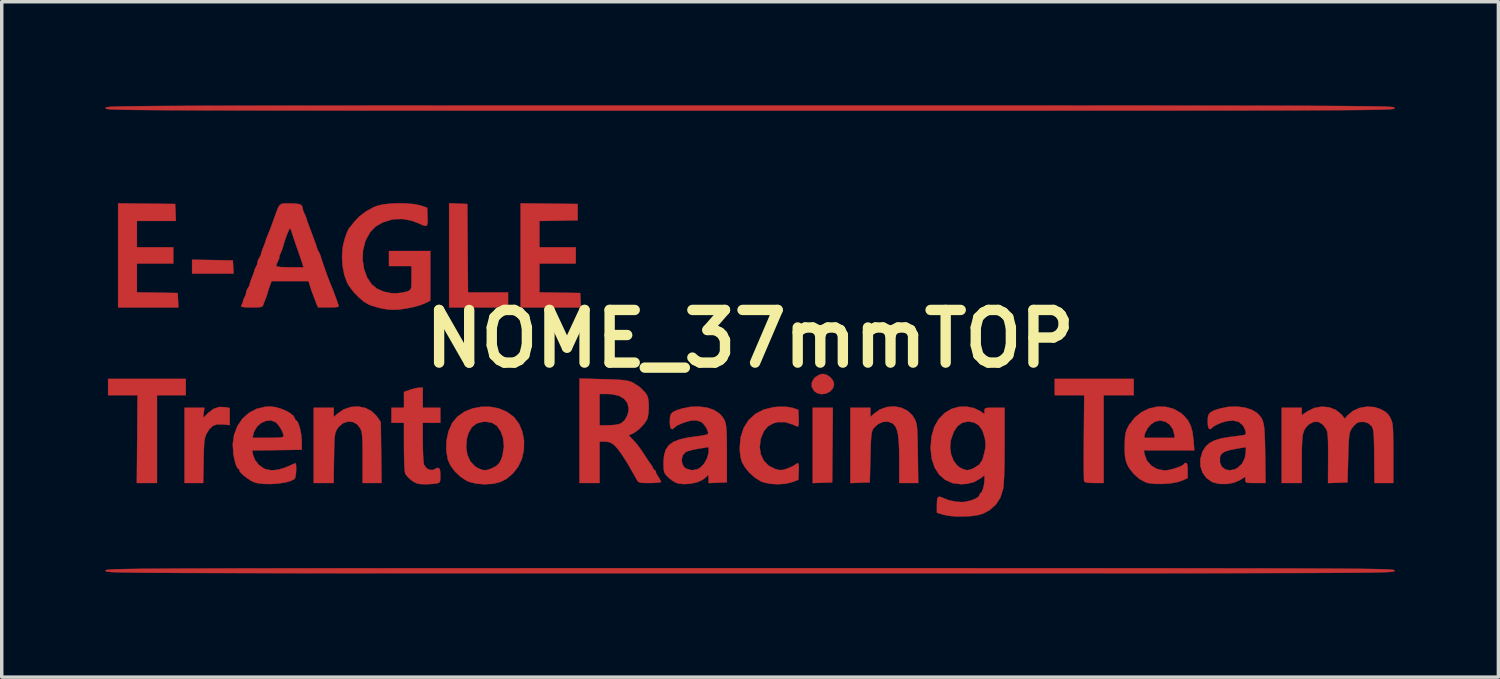
<source format=kicad_pcb>
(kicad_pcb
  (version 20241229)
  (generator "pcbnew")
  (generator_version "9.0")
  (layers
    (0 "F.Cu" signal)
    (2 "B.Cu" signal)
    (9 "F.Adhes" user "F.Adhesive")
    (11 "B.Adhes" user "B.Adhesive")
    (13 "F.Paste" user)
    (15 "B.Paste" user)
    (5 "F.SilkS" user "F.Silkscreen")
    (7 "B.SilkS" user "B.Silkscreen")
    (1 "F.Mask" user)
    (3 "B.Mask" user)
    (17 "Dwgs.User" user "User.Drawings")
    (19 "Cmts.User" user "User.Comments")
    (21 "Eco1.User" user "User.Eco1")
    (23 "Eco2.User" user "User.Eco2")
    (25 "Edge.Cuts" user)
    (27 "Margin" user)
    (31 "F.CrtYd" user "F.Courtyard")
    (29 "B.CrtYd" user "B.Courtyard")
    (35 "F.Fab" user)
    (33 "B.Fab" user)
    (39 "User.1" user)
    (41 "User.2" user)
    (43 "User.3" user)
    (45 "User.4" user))
  (footprint "NOME_37mmTOP"
    (layer "F.Cu")
    (at 18.656 6.754)
    (property "Reference" "NOME_37mmTOP" (at 0 0 0) (layer "F.SilkS") (effects (font (size 1.524 1.524) (thickness 0.3))))
    (attr through_hole)
    (fp_poly (pts (xy -15.557 -2.278) (xy -14.968 -2.268) (xy -14.946 -1.887) (xy -16.147 -1.887) (xy -16.147 -2.288) (xy -15.557 -2.278)) (stroke (width 0.01) (type solid)) (fill yes) (layer "F.Cu"))
    (fp_poly (pts (xy 2.386 3.075) (xy 2.377 4.155) (xy 2.095 4.165) (xy 1.814 4.176) (xy 1.814 1.996) (xy 2.396 1.996) (xy 2.386 3.075)) (stroke (width 0.01) (type solid)) (fill yes) (layer "F.Cu"))
    (fp_poly (pts (xy -8.445 -3.911) (xy -8.182 -3.901) (xy -8.173 -2.622) (xy -8.163 -1.343) (xy -7.003 -1.343) (xy -7.003 -0.907) (xy -8.709 -0.907) (xy -8.709 -3.922) (xy -8.445 -3.911)) (stroke (width 0.01) (type solid)) (fill yes) (layer "F.Cu"))
    (fp_poly (pts (xy -16.329 1.633) (xy -17.163 1.633) (xy -17.163 4.173) (xy -17.746 4.173) (xy -17.736 2.903) (xy -17.726 1.633) (xy -18.152 1.633) (xy -18.578 1.633) (xy -18.578 1.161) (xy -16.329 1.161) (xy -16.329 1.633)) (stroke (width 0.01) (type solid)) (fill yes) (layer "F.Cu"))
    (fp_poly (pts (xy -17.462 -3.91) (xy -16.637 -3.901) (xy -16.626 -3.656) (xy -16.616 -3.411) (xy -17.744 -3.411) (xy -17.744 -2.649) (xy -16.691 -2.649) (xy -16.691 -2.177) (xy -17.744 -2.177) (xy -17.744 -1.344) (xy -17.154 -1.334) (xy -16.564 -1.324) (xy -16.554 -1.116) (xy -16.543 -0.907) (xy -18.288 -0.907) (xy -18.288 -3.92) (xy -17.462 -3.91)) (stroke (width 0.01) (type solid)) (fill yes) (layer "F.Cu"))
    (fp_poly (pts (xy -5.815 -3.91) (xy -4.989 -3.901) (xy -4.989 -3.429) (xy -5.543 -3.419) (xy -6.096 -3.409) (xy -6.096 -2.649) (xy -5.044 -2.649) (xy -5.044 -2.177) (xy -6.096 -2.177) (xy -6.096 -1.344) (xy -5.506 -1.334) (xy -4.917 -1.324) (xy -4.906 -1.116) (xy -4.895 -0.907) (xy -6.64 -0.907) (xy -6.64 -3.92) (xy -5.815 -3.91)) (stroke (width 0.01) (type solid)) (fill yes) (layer "F.Cu"))
    (fp_poly (pts (xy 2.223 1.045) (xy 2.331 1.12) (xy 2.407 1.22) (xy 2.431 1.311) (xy 2.399 1.432) (xy 2.317 1.525) (xy 2.201 1.584) (xy 2.071 1.603) (xy 1.945 1.575) (xy 1.857 1.513) (xy 1.787 1.393) (xy 1.785 1.267) (xy 1.851 1.148) (xy 1.89 1.11) (xy 1.992 1.046) (xy 2.094 1.016) (xy 2.105 1.016) (xy 2.223 1.045)) (stroke (width 0.01) (type solid)) (fill yes) (layer "F.Cu"))
    (fp_poly (pts (xy 11.103 1.633) (xy 10.233 1.633) (xy 10.233 4.173) (xy 9.959 4.173) (xy 9.798 4.168) (xy 9.702 4.151) (xy 9.668 4.126) (xy 9.664 4.08) (xy 9.661 3.97) (xy 9.659 3.805) (xy 9.658 3.593) (xy 9.658 3.345) (xy 9.659 3.068) (xy 9.66 2.856) (xy 9.67 1.633) (xy 9.244 1.633) (xy 8.817 1.633) (xy 8.817 1.161) (xy 11.103 1.161) (xy 11.103 1.633)) (stroke (width 0.01) (type solid)) (fill yes) (layer "F.Cu"))
    (fp_poly (pts (xy -15.179 1.981) (xy -15.059 2.004) (xy -15.059 2.498) (xy -15.257 2.478) (xy -15.425 2.477) (xy -15.551 2.522) (xy -15.653 2.622) (xy -15.72 2.731) (xy -15.75 2.793) (xy -15.772 2.857) (xy -15.788 2.938) (xy -15.799 3.046) (xy -15.806 3.196) (xy -15.812 3.399) (xy -15.814 3.529) (xy -15.826 4.173) (xy -16.365 4.173) (xy -16.365 1.996) (xy -15.791 1.996) (xy -15.811 2.146) (xy -15.832 2.297) (xy -15.687 2.152) (xy -15.526 2.028) (xy -15.356 1.973) (xy -15.179 1.981)) (stroke (width 0.01) (type solid)) (fill yes) (layer "F.Cu"))
    (fp_poly (pts (xy -11.136 2) (xy -10.952 2.094) (xy -10.803 2.242) (xy -10.79 2.26) (xy -10.686 2.413) (xy -10.675 3.293) (xy -10.664 4.173) (xy -11.212 4.173) (xy -11.212 3.449) (xy -11.213 3.193) (xy -11.216 2.998) (xy -11.222 2.855) (xy -11.232 2.751) (xy -11.247 2.675) (xy -11.267 2.618) (xy -11.276 2.598) (xy -11.373 2.473) (xy -11.499 2.406) (xy -11.639 2.396) (xy -11.778 2.443) (xy -11.903 2.547) (xy -11.948 2.61) (xy -11.976 2.659) (xy -11.997 2.712) (xy -12.012 2.781) (xy -12.023 2.876) (xy -12.03 3.008) (xy -12.036 3.19) (xy -12.04 3.432) (xy -12.041 3.456) (xy -12.052 4.173) (xy -12.627 4.173) (xy -12.627 1.996) (xy -12.047 1.996) (xy -12.047 2.263) (xy -11.947 2.172) (xy -11.761 2.044) (xy -11.555 1.974) (xy -11.342 1.959) (xy -11.136 2)) (stroke (width 0.01) (type solid)) (fill yes) (layer "F.Cu"))
    (fp_poly (pts (xy 4.37 1.993) (xy 4.55 2.079) (xy 4.696 2.213) (xy 4.762 2.319) (xy 4.788 2.376) (xy 4.809 2.435) (xy 4.824 2.506) (xy 4.835 2.598) (xy 4.842 2.724) (xy 4.848 2.893) (xy 4.852 3.116) (xy 4.855 3.329) (xy 4.866 4.173) (xy 4.318 4.173) (xy 4.318 3.508) (xy 4.315 3.203) (xy 4.303 2.961) (xy 4.283 2.776) (xy 4.251 2.637) (xy 4.207 2.537) (xy 4.149 2.468) (xy 4.125 2.449) (xy 3.993 2.397) (xy 3.846 2.406) (xy 3.703 2.469) (xy 3.581 2.584) (xy 3.578 2.588) (xy 3.552 2.628) (xy 3.532 2.676) (xy 3.517 2.743) (xy 3.506 2.839) (xy 3.497 2.975) (xy 3.49 3.161) (xy 3.484 3.409) (xy 3.483 3.422) (xy 3.465 4.155) (xy 3.184 4.165) (xy 2.903 4.176) (xy 2.903 1.996) (xy 3.483 1.996) (xy 3.483 2.263) (xy 3.583 2.17) (xy 3.763 2.044) (xy 3.963 1.974) (xy 4.17 1.957) (xy 4.37 1.993)) (stroke (width 0.01) (type solid)) (fill yes) (layer "F.Cu"))
    (fp_poly (pts (xy -9.471 1.415) (xy -9.471 1.996) (xy -8.963 1.996) (xy -8.963 2.431) (xy -9.471 2.431) (xy -9.471 2.991) (xy -9.468 3.193) (xy -9.462 3.375) (xy -9.453 3.523) (xy -9.441 3.62) (xy -9.435 3.645) (xy -9.371 3.738) (xy -9.277 3.793) (xy -9.179 3.797) (xy -9.142 3.781) (xy -9.054 3.737) (xy -8.999 3.746) (xy -8.971 3.812) (xy -8.963 3.943) (xy -8.963 3.951) (xy -8.964 4.07) (xy -8.976 4.136) (xy -9.007 4.168) (xy -9.066 4.184) (xy -9.076 4.186) (xy -9.175 4.199) (xy -9.311 4.207) (xy -9.415 4.209) (xy -9.555 4.204) (xy -9.655 4.18) (xy -9.748 4.13) (xy -9.793 4.099) (xy -9.889 4.017) (xy -9.961 3.933) (xy -9.98 3.897) (xy -9.991 3.833) (xy -10.001 3.709) (xy -10.008 3.539) (xy -10.013 3.336) (xy -10.015 3.118) (xy -10.015 2.431) (xy -10.378 2.431) (xy -10.378 1.996) (xy -10.015 1.996) (xy -10.015 1.538) (xy -9.842 1.477) (xy -9.719 1.44) (xy -9.607 1.418) (xy -9.57 1.415) (xy -9.471 1.415)) (stroke (width 0.01) (type solid)) (fill yes) (layer "F.Cu"))
    (fp_poly (pts (xy 1.054 1.969) (xy 1.232 1.999) (xy 1.252 2.006) (xy 1.397 2.057) (xy 1.408 2.299) (xy 1.409 2.42) (xy 1.401 2.507) (xy 1.386 2.54) (xy 1.386 2.54) (xy 1.334 2.525) (xy 1.25 2.488) (xy 1.237 2.482) (xy 1.022 2.412) (xy 0.804 2.411) (xy 0.671 2.447) (xy 0.517 2.535) (xy 0.403 2.668) (xy 0.322 2.857) (xy 0.307 2.909) (xy 0.278 3.136) (xy 0.31 3.346) (xy 0.398 3.529) (xy 0.537 3.672) (xy 0.72 3.766) (xy 0.746 3.774) (xy 0.859 3.799) (xy 0.952 3.795) (xy 1.066 3.76) (xy 1.08 3.755) (xy 1.192 3.708) (xy 1.282 3.661) (xy 1.309 3.642) (xy 1.363 3.603) (xy 1.395 3.607) (xy 1.409 3.663) (xy 1.41 3.78) (xy 1.408 3.836) (xy 1.397 4.08) (xy 1.234 4.143) (xy 1.038 4.192) (xy 0.811 4.21) (xy 0.583 4.196) (xy 0.381 4.152) (xy 0.308 4.123) (xy 0.135 4.015) (xy -0.029 3.866) (xy -0.163 3.697) (xy -0.241 3.548) (xy -0.272 3.425) (xy -0.293 3.269) (xy -0.299 3.157) (xy -0.272 2.848) (xy -0.185 2.579) (xy -0.042 2.354) (xy 0.151 2.176) (xy 0.393 2.05) (xy 0.679 1.98) (xy 0.813 1.968) (xy 1.054 1.969)) (stroke (width 0.01) (type solid)) (fill yes) (layer "F.Cu"))
    (fp_poly (pts (xy -7.268 2.016) (xy -7.037 2.114) (xy -6.837 2.261) (xy -6.834 2.265) (xy -6.687 2.458) (xy -6.589 2.692) (xy -6.541 2.953) (xy -6.547 3.225) (xy -6.603 3.473) (xy -6.709 3.699) (xy -6.864 3.899) (xy -7.052 4.056) (xy -7.24 4.149) (xy -7.453 4.197) (xy -7.691 4.211) (xy -7.927 4.191) (xy -8.132 4.139) (xy -8.19 4.115) (xy -8.374 3.998) (xy -8.54 3.842) (xy -8.671 3.665) (xy -8.747 3.494) (xy -8.792 3.226) (xy -8.79 3.138) (xy -8.216 3.138) (xy -8.181 3.359) (xy -8.094 3.548) (xy -7.959 3.693) (xy -7.867 3.749) (xy -7.746 3.797) (xy -7.64 3.803) (xy -7.516 3.767) (xy -7.484 3.754) (xy -7.35 3.686) (xy -7.261 3.603) (xy -7.198 3.484) (xy -7.164 3.379) (xy -7.121 3.114) (xy -7.149 2.859) (xy -7.217 2.676) (xy -7.322 2.523) (xy -7.463 2.432) (xy -7.644 2.4) (xy -7.736 2.404) (xy -7.914 2.452) (xy -8.051 2.559) (xy -8.148 2.726) (xy -8.196 2.893) (xy -8.216 3.138) (xy -8.79 3.138) (xy -8.784 2.945) (xy -8.726 2.675) (xy -8.621 2.438) (xy -8.613 2.425) (xy -8.46 2.245) (xy -8.261 2.108) (xy -8.029 2.015) (xy -7.778 1.968) (xy -7.52 1.968) (xy -7.268 2.016)) (stroke (width 0.01) (type solid)) (fill yes) (layer "F.Cu"))
    (fp_poly (pts (xy 12.027 1.968) (xy 12.259 2.029) (xy 12.471 2.151) (xy 12.561 2.231) (xy 12.674 2.365) (xy 12.752 2.515) (xy 12.803 2.699) (xy 12.833 2.935) (xy 12.834 2.948) (xy 12.856 3.229) (xy 11.396 3.229) (xy 11.418 3.347) (xy 11.486 3.526) (xy 11.609 3.669) (xy 11.775 3.767) (xy 11.971 3.809) (xy 12.006 3.81) (xy 12.104 3.799) (xy 12.226 3.771) (xy 12.351 3.732) (xy 12.461 3.689) (xy 12.535 3.649) (xy 12.555 3.624) (xy 12.584 3.596) (xy 12.609 3.592) (xy 12.641 3.609) (xy 12.658 3.668) (xy 12.664 3.783) (xy 12.664 3.812) (xy 12.664 4.032) (xy 12.491 4.108) (xy 12.342 4.154) (xy 12.148 4.185) (xy 11.934 4.2) (xy 11.724 4.199) (xy 11.543 4.179) (xy 11.446 4.153) (xy 11.276 4.061) (xy 11.112 3.92) (xy 10.977 3.752) (xy 10.916 3.642) (xy 10.874 3.523) (xy 10.85 3.389) (xy 10.842 3.215) (xy 10.842 3.16) (xy 10.845 2.963) (xy 10.851 2.867) (xy 11.404 2.867) (xy 12.291 2.867) (xy 12.281 2.78) (xy 12.234 2.611) (xy 12.14 2.48) (xy 12.013 2.395) (xy 11.865 2.365) (xy 11.721 2.395) (xy 11.603 2.474) (xy 11.499 2.596) (xy 11.431 2.732) (xy 11.422 2.767) (xy 11.404 2.867) (xy 10.851 2.867) (xy 10.854 2.82) (xy 10.872 2.712) (xy 10.903 2.62) (xy 10.951 2.526) (xy 10.971 2.492) (xy 11.131 2.282) (xy 11.328 2.123) (xy 11.55 2.016) (xy 11.787 1.964) (xy 12.027 1.968)) (stroke (width 0.01) (type solid)) (fill yes) (layer "F.Cu"))
    (fp_poly (pts (xy -9.935 -3.916) (xy -9.717 -3.896) (xy -9.545 -3.86) (xy -9.525 -3.854) (xy -9.344 -3.792) (xy -9.333 -3.529) (xy -9.331 -3.379) (xy -9.346 -3.294) (xy -9.388 -3.265) (xy -9.467 -3.285) (xy -9.573 -3.335) (xy -9.805 -3.422) (xy -10.057 -3.466) (xy -10.3 -3.461) (xy -10.371 -3.448) (xy -10.632 -3.367) (xy -10.836 -3.249) (xy -10.994 -3.086) (xy -11.114 -2.869) (xy -11.139 -2.806) (xy -11.202 -2.553) (xy -11.212 -2.285) (xy -11.172 -2.021) (xy -11.085 -1.779) (xy -10.953 -1.578) (xy -10.952 -1.577) (xy -10.798 -1.451) (xy -10.598 -1.362) (xy -10.373 -1.317) (xy -10.214 -1.317) (xy -10.077 -1.334) (xy -9.955 -1.36) (xy -9.897 -1.38) (xy -9.85 -1.405) (xy -9.821 -1.436) (xy -9.805 -1.489) (xy -9.799 -1.581) (xy -9.797 -1.726) (xy -9.797 -1.766) (xy -9.797 -2.105) (xy -10.45 -2.105) (xy -10.45 -2.54) (xy -9.253 -2.54) (xy -9.253 -1.103) (xy -9.423 -1.02) (xy -9.572 -0.964) (xy -9.767 -0.912) (xy -9.981 -0.871) (xy -10.187 -0.845) (xy -10.341 -0.838) (xy -10.476 -0.849) (xy -10.632 -0.873) (xy -10.704 -0.888) (xy -10.848 -0.927) (xy -10.988 -0.973) (xy -11.045 -0.996) (xy -11.178 -1.077) (xy -11.327 -1.203) (xy -11.472 -1.354) (xy -11.594 -1.512) (xy -11.657 -1.618) (xy -11.739 -1.837) (xy -11.79 -2.098) (xy -11.808 -2.373) (xy -11.791 -2.623) (xy -11.761 -2.776) (xy -11.716 -2.935) (xy -11.664 -3.078) (xy -11.612 -3.186) (xy -11.578 -3.229) (xy -11.545 -3.267) (xy -11.487 -3.342) (xy -11.458 -3.38) (xy -11.308 -3.54) (xy -11.111 -3.688) (xy -10.894 -3.807) (xy -10.792 -3.847) (xy -10.625 -3.887) (xy -10.412 -3.911) (xy -10.174 -3.921) (xy -9.935 -3.916)) (stroke (width 0.01) (type solid)) (fill yes) (layer "F.Cu"))
    (fp_poly (pts (xy 18.07 1.977) (xy 18.234 2.031) (xy 18.367 2.102) (xy 18.454 2.173) (xy 18.517 2.265) (xy 18.551 2.333) (xy 18.572 2.386) (xy 18.587 2.451) (xy 18.599 2.539) (xy 18.607 2.658) (xy 18.611 2.82) (xy 18.614 3.034) (xy 18.615 3.31) (xy 18.615 3.321) (xy 18.615 4.173) (xy 18.07 4.173) (xy 18.064 3.529) (xy 18.062 3.249) (xy 18.058 3.033) (xy 18.053 2.87) (xy 18.047 2.751) (xy 18.037 2.666) (xy 18.024 2.607) (xy 18.007 2.562) (xy 17.984 2.524) (xy 17.983 2.523) (xy 17.894 2.445) (xy 17.768 2.405) (xy 17.636 2.409) (xy 17.566 2.435) (xy 17.487 2.501) (xy 17.411 2.596) (xy 17.401 2.613) (xy 17.375 2.664) (xy 17.355 2.724) (xy 17.34 2.804) (xy 17.329 2.916) (xy 17.32 3.07) (xy 17.313 3.278) (xy 17.308 3.447) (xy 17.29 4.155) (xy 16.726 4.176) (xy 16.729 3.452) (xy 16.729 3.191) (xy 16.727 2.993) (xy 16.721 2.847) (xy 16.711 2.742) (xy 16.696 2.67) (xy 16.676 2.618) (xy 16.676 2.618) (xy 16.575 2.48) (xy 16.454 2.408) (xy 16.322 2.402) (xy 16.189 2.465) (xy 16.129 2.519) (xy 16.077 2.58) (xy 16.037 2.645) (xy 16.008 2.724) (xy 15.988 2.827) (xy 15.976 2.967) (xy 15.969 3.152) (xy 15.966 3.393) (xy 15.966 3.547) (xy 15.966 4.173) (xy 15.385 4.173) (xy 15.385 1.996) (xy 15.966 1.996) (xy 15.966 2.211) (xy 16.136 2.096) (xy 16.333 2.001) (xy 16.545 1.964) (xy 16.755 1.983) (xy 16.948 2.057) (xy 17.107 2.183) (xy 17.131 2.211) (xy 17.212 2.313) (xy 17.293 2.217) (xy 17.446 2.087) (xy 17.64 2.001) (xy 17.855 1.963) (xy 18.07 1.977)) (stroke (width 0.01) (type solid)) (fill yes) (layer "F.Cu"))
    (fp_poly (pts (xy -13.748 1.976) (xy -13.589 2.019) (xy -13.436 2.081) (xy -13.305 2.155) (xy -13.212 2.232) (xy -13.172 2.305) (xy -13.172 2.312) (xy -13.152 2.355) (xy -13.14 2.359) (xy -13.101 2.392) (xy -13.06 2.48) (xy -13.022 2.606) (xy -12.993 2.753) (xy -12.976 2.902) (xy -12.974 2.957) (xy -12.972 3.211) (xy -13.69 3.221) (xy -14.408 3.231) (xy -14.383 3.364) (xy -14.324 3.512) (xy -14.215 3.649) (xy -14.077 3.75) (xy -14.016 3.777) (xy -13.852 3.806) (xy -13.667 3.791) (xy -13.451 3.728) (xy -13.195 3.616) (xy -13.163 3.6) (xy -13.145 3.621) (xy -13.136 3.692) (xy -13.135 3.792) (xy -13.142 3.899) (xy -13.156 3.992) (xy -13.176 4.05) (xy -13.181 4.056) (xy -13.291 4.113) (xy -13.454 4.158) (xy -13.651 4.189) (xy -13.862 4.203) (xy -14.069 4.2) (xy -14.252 4.178) (xy -14.353 4.151) (xy -14.443 4.107) (xy -14.545 4.04) (xy -14.645 3.963) (xy -14.726 3.888) (xy -14.775 3.827) (xy -14.779 3.796) (xy -14.783 3.775) (xy -14.794 3.774) (xy -14.838 3.738) (xy -14.883 3.636) (xy -14.926 3.472) (xy -14.95 3.349) (xy -14.97 3.052) (xy -14.944 2.867) (xy -14.398 2.867) (xy -13.948 2.867) (xy -13.758 2.865) (xy -13.628 2.861) (xy -13.55 2.851) (xy -13.51 2.836) (xy -13.498 2.813) (xy -13.498 2.811) (xy -13.521 2.718) (xy -13.578 2.602) (xy -13.653 2.491) (xy -13.729 2.414) (xy -13.735 2.409) (xy -13.866 2.362) (xy -14.01 2.375) (xy -14.148 2.437) (xy -14.267 2.541) (xy -14.35 2.678) (xy -14.37 2.742) (xy -14.398 2.867) (xy -14.944 2.867) (xy -14.931 2.777) (xy -14.837 2.529) (xy -14.694 2.317) (xy -14.507 2.147) (xy -14.283 2.028) (xy -14.026 1.967) (xy -13.897 1.96) (xy -13.748 1.976)) (stroke (width 0.01) (type solid)) (fill yes) (layer "F.Cu"))
    (fp_poly (pts (xy -4.254 1.169) (xy -4.004 1.176) (xy -3.814 1.185) (xy -3.673 1.196) (xy -3.567 1.211) (xy -3.486 1.23) (xy -3.417 1.256) (xy -3.41 1.259) (xy -3.206 1.385) (xy -3.032 1.559) (xy -2.985 1.624) (xy -2.952 1.716) (xy -2.934 1.855) (xy -2.931 2.015) (xy -2.943 2.172) (xy -2.969 2.301) (xy -2.987 2.346) (xy -3.08 2.481) (xy -3.207 2.612) (xy -3.343 2.714) (xy -3.398 2.743) (xy -3.513 2.792) (xy -3.362 2.95) (xy -3.263 3.065) (xy -3.154 3.211) (xy -3.068 3.341) (xy -2.992 3.46) (xy -2.926 3.559) (xy -2.883 3.617) (xy -2.88 3.62) (xy -2.831 3.693) (xy -2.812 3.738) (xy -2.777 3.796) (xy -2.749 3.81) (xy -2.726 3.824) (xy -2.73 3.831) (xy -2.725 3.871) (xy -2.686 3.946) (xy -2.664 3.981) (xy -2.61 4.068) (xy -2.579 4.13) (xy -2.576 4.142) (xy -2.61 4.155) (xy -2.7 4.166) (xy -2.83 4.172) (xy -2.901 4.173) (xy -3.057 4.172) (xy -3.156 4.165) (xy -3.215 4.15) (xy -3.251 4.122) (xy -3.273 4.087) (xy -3.335 3.976) (xy -3.408 3.846) (xy -3.481 3.719) (xy -3.541 3.615) (xy -3.575 3.56) (xy -3.71 3.35) (xy -3.82 3.197) (xy -3.915 3.091) (xy -4.002 3.024) (xy -4.093 2.988) (xy -4.195 2.976) (xy -4.225 2.975) (xy -4.354 2.975) (xy -4.354 4.173) (xy -4.935 4.173) (xy -4.935 1.597) (xy -4.354 1.597) (xy -4.354 2.504) (xy -4.098 2.504) (xy -3.911 2.493) (xy -3.769 2.462) (xy -3.733 2.447) (xy -3.634 2.361) (xy -3.556 2.231) (xy -3.515 2.083) (xy -3.512 2.026) (xy -3.548 1.863) (xy -3.644 1.737) (xy -3.797 1.649) (xy -4.004 1.603) (xy -4.137 1.597) (xy -4.354 1.597) (xy -4.935 1.597) (xy -4.935 1.151) (xy -4.254 1.169)) (stroke (width 0.01) (type solid)) (fill yes) (layer "F.Cu"))
    (fp_poly (pts (xy 14.314 1.99) (xy 14.514 2.052) (xy 14.668 2.145) (xy 14.684 2.159) (xy 14.747 2.224) (xy 14.797 2.29) (xy 14.834 2.366) (xy 14.861 2.462) (xy 14.88 2.588) (xy 14.892 2.754) (xy 14.9 2.971) (xy 14.906 3.247) (xy 14.907 3.329) (xy 14.918 4.173) (xy 14.626 4.173) (xy 14.481 4.172) (xy 14.394 4.166) (xy 14.35 4.151) (xy 14.335 4.121) (xy 14.333 4.082) (xy 14.333 3.991) (xy 14.179 4.088) (xy 14.003 4.164) (xy 13.794 4.202) (xy 13.581 4.199) (xy 13.393 4.153) (xy 13.368 4.142) (xy 13.207 4.029) (xy 13.094 3.873) (xy 13.034 3.687) (xy 13.032 3.582) (xy 13.598 3.582) (xy 13.652 3.702) (xy 13.749 3.78) (xy 13.878 3.808) (xy 14.025 3.779) (xy 14.104 3.739) (xy 14.236 3.618) (xy 14.319 3.451) (xy 14.346 3.285) (xy 14.351 3.134) (xy 14.061 3.184) (xy 13.866 3.224) (xy 13.732 3.269) (xy 13.649 3.324) (xy 13.606 3.396) (xy 13.599 3.427) (xy 13.598 3.582) (xy 13.032 3.582) (xy 13.03 3.485) (xy 13.087 3.281) (xy 13.101 3.251) (xy 13.185 3.119) (xy 13.295 3.018) (xy 13.441 2.941) (xy 13.635 2.883) (xy 13.888 2.84) (xy 13.98 2.829) (xy 14.128 2.811) (xy 14.247 2.794) (xy 14.32 2.78) (xy 14.333 2.776) (xy 14.35 2.727) (xy 14.332 2.642) (xy 14.285 2.544) (xy 14.247 2.488) (xy 14.132 2.4) (xy 13.975 2.365) (xy 13.783 2.385) (xy 13.638 2.429) (xy 13.52 2.479) (xy 13.427 2.529) (xy 13.388 2.56) (xy 13.323 2.615) (xy 13.277 2.601) (xy 13.251 2.517) (xy 13.244 2.396) (xy 13.25 2.27) (xy 13.276 2.183) (xy 13.334 2.121) (xy 13.437 2.07) (xy 13.599 2.019) (xy 13.605 2.017) (xy 13.841 1.97) (xy 14.083 1.962) (xy 14.314 1.99)) (stroke (width 0.01) (type solid)) (fill yes) (layer "F.Cu"))
    (fp_poly (pts (xy -1.242 1.993) (xy -1.043 2.06) (xy -0.891 2.161) (xy -0.884 2.167) (xy -0.819 2.235) (xy -0.769 2.3) (xy -0.732 2.372) (xy -0.705 2.461) (xy -0.688 2.578) (xy -0.678 2.733) (xy -0.673 2.936) (xy -0.671 3.197) (xy -0.671 3.32) (xy -0.671 4.155) (xy -0.934 4.165) (xy -1.197 4.176) (xy -1.2 4.038) (xy -1.206 3.963) (xy -1.218 3.941) (xy -1.222 3.948) (xy -1.262 3.994) (xy -1.343 4.057) (xy -1.391 4.09) (xy -1.537 4.154) (xy -1.718 4.193) (xy -1.907 4.205) (xy -2.075 4.187) (xy -2.159 4.16) (xy -2.255 4.101) (xy -2.359 4.017) (xy -2.386 3.991) (xy -2.445 3.928) (xy -2.48 3.871) (xy -2.497 3.797) (xy -2.503 3.686) (xy -2.504 3.587) (xy -2.497 3.488) (xy -1.978 3.488) (xy -1.965 3.611) (xy -1.907 3.715) (xy -1.855 3.755) (xy -1.697 3.804) (xy -1.54 3.784) (xy -1.447 3.734) (xy -1.334 3.619) (xy -1.246 3.464) (xy -1.201 3.303) (xy -1.197 3.255) (xy -1.197 3.133) (xy -1.492 3.18) (xy -1.641 3.208) (xy -1.771 3.242) (xy -1.857 3.274) (xy -1.868 3.28) (xy -1.946 3.369) (xy -1.978 3.488) (xy -2.497 3.488) (xy -2.489 3.378) (xy -2.441 3.212) (xy -2.352 3.082) (xy -2.217 2.983) (xy -2.027 2.909) (xy -1.777 2.855) (xy -1.576 2.828) (xy -1.428 2.808) (xy -1.308 2.786) (xy -1.234 2.766) (xy -1.22 2.759) (xy -1.213 2.706) (xy -1.243 2.622) (xy -1.297 2.528) (xy -1.364 2.447) (xy -1.418 2.404) (xy -1.52 2.371) (xy -1.622 2.359) (xy -1.73 2.373) (xy -1.864 2.409) (xy -2 2.458) (xy -2.114 2.512) (xy -2.178 2.56) (xy -2.244 2.615) (xy -2.29 2.601) (xy -2.316 2.517) (xy -2.322 2.396) (xy -2.317 2.27) (xy -2.291 2.183) (xy -2.233 2.121) (xy -2.129 2.07) (xy -1.968 2.019) (xy -1.962 2.017) (xy -1.719 1.969) (xy -1.473 1.962) (xy -1.242 1.993)) (stroke (width 0.01) (type solid)) (fill yes) (layer "F.Cu"))
    (fp_poly (pts (xy 6.474 2.003) (xy 6.635 2.079) (xy 6.785 2.178) (xy 6.785 2.087) (xy 6.788 2.042) (xy 6.807 2.015) (xy 6.857 2.001) (xy 6.952 1.996) (xy 7.076 1.996) (xy 7.366 1.996) (xy 7.366 3.06) (xy 7.364 3.414) (xy 7.36 3.722) (xy 7.352 3.978) (xy 7.341 4.176) (xy 7.328 4.31) (xy 7.324 4.339) (xy 7.245 4.593) (xy 7.115 4.797) (xy 6.93 4.959) (xy 6.753 5.056) (xy 6.61 5.099) (xy 6.417 5.129) (xy 6.198 5.143) (xy 5.973 5.142) (xy 5.765 5.125) (xy 5.597 5.091) (xy 5.407 5.033) (xy 5.407 4.803) (xy 5.413 4.663) (xy 5.436 4.588) (xy 5.485 4.569) (xy 5.567 4.598) (xy 5.597 4.613) (xy 5.759 4.675) (xy 5.953 4.714) (xy 6.145 4.726) (xy 6.25 4.715) (xy 6.41 4.674) (xy 6.538 4.621) (xy 6.619 4.562) (xy 6.64 4.517) (xy 6.659 4.469) (xy 6.675 4.463) (xy 6.707 4.431) (xy 6.74 4.348) (xy 6.768 4.236) (xy 6.783 4.118) (xy 6.785 4.071) (xy 6.785 3.951) (xy 6.668 4.039) (xy 6.482 4.145) (xy 6.273 4.198) (xy 6.1 4.208) (xy 5.855 4.175) (xy 5.645 4.081) (xy 5.472 3.93) (xy 5.343 3.728) (xy 5.259 3.479) (xy 5.226 3.189) (xy 5.225 3.15) (xy 5.79 3.15) (xy 5.819 3.35) (xy 5.89 3.529) (xy 5.997 3.67) (xy 6.085 3.734) (xy 6.198 3.787) (xy 6.287 3.803) (xy 6.383 3.782) (xy 6.483 3.74) (xy 6.634 3.639) (xy 6.725 3.503) (xy 6.737 3.465) (xy 6.783 3.29) (xy 6.809 3.161) (xy 6.816 3.056) (xy 6.807 2.952) (xy 6.789 2.855) (xy 6.722 2.648) (xy 6.618 2.503) (xy 6.475 2.419) (xy 6.311 2.395) (xy 6.143 2.428) (xy 6.003 2.528) (xy 5.894 2.691) (xy 5.815 2.918) (xy 5.808 2.947) (xy 5.79 3.15) (xy 5.225 3.15) (xy 5.225 3.149) (xy 5.252 2.828) (xy 5.331 2.551) (xy 5.461 2.321) (xy 5.639 2.141) (xy 5.835 2.027) (xy 6.041 1.97) (xy 6.262 1.963) (xy 6.474 2.003)) (stroke (width 0.01) (type solid)) (fill yes) (layer "F.Cu"))
    (fp_poly (pts (xy -13.172 -3.913) (xy -13.051 -3.897) (xy -12.981 -3.867) (xy -12.955 -3.819) (xy -12.954 -3.804) (xy -12.938 -3.723) (xy -12.899 -3.627) (xy -12.86 -3.546) (xy -12.84 -3.494) (xy -12.84 -3.493) (xy -12.836 -3.472) (xy -12.827 -3.441) (xy -12.809 -3.388) (xy -12.777 -3.301) (xy -12.726 -3.167) (xy -12.682 -3.048) (xy -12.625 -2.895) (xy -12.577 -2.762) (xy -12.545 -2.668) (xy -12.536 -2.636) (xy -12.506 -2.556) (xy -12.487 -2.527) (xy -12.455 -2.466) (xy -12.42 -2.371) (xy -12.417 -2.359) (xy -12.379 -2.238) (xy -12.325 -2.079) (xy -12.264 -1.907) (xy -12.204 -1.744) (xy -12.154 -1.616) (xy -12.138 -1.578) (xy -12.098 -1.482) (xy -12.049 -1.356) (xy -11.998 -1.22) (xy -11.952 -1.092) (xy -11.918 -0.991) (xy -11.902 -0.937) (xy -11.902 -0.934) (xy -11.935 -0.922) (xy -12.024 -0.912) (xy -12.152 -0.908) (xy -12.201 -0.908) (xy -12.5 -0.908) (xy -12.559 -1.044) (xy -12.685 -1.374) (xy -12.741 -1.551) (xy -12.776 -1.669) (xy -13.847 -1.669) (xy -13.897 -1.533) (xy -13.932 -1.432) (xy -13.955 -1.355) (xy -13.957 -1.344) (xy -13.976 -1.277) (xy -14.012 -1.18) (xy -14.019 -1.163) (xy -14.06 -1.061) (xy -14.09 -0.979) (xy -14.093 -0.971) (xy -14.113 -0.939) (xy -14.159 -0.92) (xy -14.245 -0.91) (xy -14.386 -0.907) (xy -14.422 -0.907) (xy -14.562 -0.91) (xy -14.669 -0.919) (xy -14.727 -0.932) (xy -14.732 -0.937) (xy -14.71 -0.99) (xy -14.707 -0.993) (xy -14.682 -1.046) (xy -14.67 -1.098) (xy -14.645 -1.178) (xy -14.622 -1.213) (xy -14.592 -1.276) (xy -14.586 -1.323) (xy -14.563 -1.411) (xy -14.531 -1.467) (xy -14.489 -1.539) (xy -14.478 -1.581) (xy -14.464 -1.639) (xy -14.431 -1.733) (xy -14.417 -1.764) (xy -14.375 -1.871) (xy -14.347 -1.961) (xy -14.344 -1.977) (xy -14.316 -2.054) (xy -14.296 -2.084) (xy -14.285 -2.106) (xy -13.716 -2.106) (xy -13.681 -2.088) (xy -13.578 -2.075) (xy -13.413 -2.069) (xy -13.319 -2.068) (xy -12.923 -2.068) (xy -12.953 -2.168) (xy -12.977 -2.243) (xy -13.019 -2.367) (xy -13.073 -2.522) (xy -13.117 -2.649) (xy -13.174 -2.812) (xy -13.222 -2.956) (xy -13.257 -3.064) (xy -13.27 -3.111) (xy -13.295 -3.175) (xy -13.316 -3.193) (xy -13.339 -3.162) (xy -13.377 -3.079) (xy -13.421 -2.966) (xy -13.465 -2.839) (xy -13.502 -2.718) (xy -13.519 -2.653) (xy -13.55 -2.557) (xy -13.592 -2.463) (xy -13.623 -2.392) (xy -13.627 -2.359) (xy -13.625 -2.359) (xy -13.626 -2.331) (xy -13.655 -2.263) (xy -13.661 -2.252) (xy -13.699 -2.167) (xy -13.716 -2.108) (xy -13.716 -2.106) (xy -14.285 -2.106) (xy -14.266 -2.147) (xy -14.259 -2.193) (xy -14.237 -2.282) (xy -14.205 -2.338) (xy -14.163 -2.41) (xy -14.151 -2.452) (xy -14.138 -2.51) (xy -14.104 -2.603) (xy -14.091 -2.635) (xy -14.05 -2.736) (xy -14.023 -2.815) (xy -14.02 -2.829) (xy -13.997 -2.905) (xy -13.976 -2.956) (xy -13.92 -3.09) (xy -13.848 -3.276) (xy -13.769 -3.495) (xy -13.754 -3.538) (xy -13.695 -3.703) (xy -13.649 -3.812) (xy -13.603 -3.876) (xy -13.545 -3.908) (xy -13.463 -3.918) (xy -13.356 -3.918) (xy -13.172 -3.913)) (stroke (width 0.01) (type solid)) (fill yes) (layer "F.Cu"))
    (fp_poly (pts (xy 1.389 -6.749) (xy 2.707 -6.749) (xy 3.956 -6.749) (xy 5.139 -6.749) (xy 6.256 -6.749) (xy 7.31 -6.749) (xy 8.302 -6.749) (xy 9.234 -6.749) (xy 10.109 -6.748) (xy 10.928 -6.748) (xy 11.693 -6.748) (xy 12.406 -6.747) (xy 13.068 -6.746) (xy 13.682 -6.746) (xy 14.248 -6.745) (xy 14.771 -6.744) (xy 15.25 -6.743) (xy 15.688 -6.742) (xy 16.086 -6.741) (xy 16.447 -6.739) (xy 16.773 -6.738) (xy 17.065 -6.736) (xy 17.325 -6.734) (xy 17.555 -6.732) (xy 17.756 -6.73) (xy 17.931 -6.728) (xy 18.082 -6.725) (xy 18.21 -6.723) (xy 18.317 -6.72) (xy 18.406 -6.717) (xy 18.477 -6.713) (xy 18.533 -6.71) (xy 18.575 -6.706) (xy 18.606 -6.702) (xy 18.627 -6.698) (xy 18.64 -6.693) (xy 18.647 -6.688) (xy 18.65 -6.683) (xy 18.651 -6.678) (xy 18.651 -6.677) (xy 18.651 -6.671) (xy 18.648 -6.666) (xy 18.642 -6.661) (xy 18.63 -6.657) (xy 18.611 -6.652) (xy 18.583 -6.648) (xy 18.543 -6.644) (xy 18.49 -6.641) (xy 18.422 -6.637) (xy 18.338 -6.634) (xy 18.235 -6.631) (xy 18.112 -6.628) (xy 17.966 -6.626) (xy 17.796 -6.623) (xy 17.601 -6.621) (xy 17.377 -6.619) (xy 17.124 -6.617) (xy 16.839 -6.616) (xy 16.521 -6.614) (xy 16.168 -6.613) (xy 15.778 -6.611) (xy 15.348 -6.61) (xy 14.878 -6.609) (xy 14.366 -6.608) (xy 13.809 -6.607) (xy 13.205 -6.607) (xy 12.554 -6.606) (xy 11.852 -6.606) (xy 11.099 -6.605) (xy 10.292 -6.605) (xy 9.429 -6.605) (xy 8.51 -6.604) (xy 7.53 -6.604) (xy 6.49 -6.604) (xy 5.387 -6.604) (xy 4.219 -6.604) (xy 2.984 -6.604) (xy 1.681 -6.604) (xy 0.308 -6.604) (xy 0 -6.604) (xy -1.389 -6.604) (xy -2.707 -6.604) (xy -3.956 -6.604) (xy -5.139 -6.604) (xy -6.256 -6.604) (xy -7.31 -6.604) (xy -8.302 -6.604) (xy -9.234 -6.605) (xy -10.109 -6.605) (xy -10.928 -6.605) (xy -11.693 -6.606) (xy -12.406 -6.606) (xy -13.068 -6.607) (xy -13.682 -6.607) (xy -14.248 -6.608) (xy -14.771 -6.609) (xy -15.25 -6.61) (xy -15.688 -6.611) (xy -16.086 -6.612) (xy -16.447 -6.614) (xy -16.773 -6.615) (xy -17.065 -6.617) (xy -17.325 -6.619) (xy -17.555 -6.621) (xy -17.756 -6.623) (xy -17.931 -6.625) (xy -18.082 -6.628) (xy -18.21 -6.63) (xy -18.317 -6.633) (xy -18.406 -6.637) (xy -18.477 -6.64) (xy -18.533 -6.643) (xy -18.575 -6.647) (xy -18.606 -6.651) (xy -18.627 -6.656) (xy -18.64 -6.66) (xy -18.647 -6.665) (xy -18.65 -6.67) (xy -18.651 -6.675) (xy -18.651 -6.677) (xy -18.651 -6.682) (xy -18.648 -6.687) (xy -18.642 -6.692) (xy -18.63 -6.697) (xy -18.611 -6.701) (xy -18.583 -6.705) (xy -18.543 -6.709) (xy -18.49 -6.713) (xy -18.422 -6.716) (xy -18.338 -6.719) (xy -18.235 -6.722) (xy -18.112 -6.725) (xy -17.966 -6.727) (xy -17.796 -6.73) (xy -17.601 -6.732) (xy -17.377 -6.734) (xy -17.124 -6.736) (xy -16.839 -6.738) (xy -16.521 -6.739) (xy -16.168 -6.741) (xy -15.778 -6.742) (xy -15.348 -6.743) (xy -14.878 -6.744) (xy -14.366 -6.745) (xy -13.809 -6.746) (xy -13.205 -6.746) (xy -12.554 -6.747) (xy -11.852 -6.747) (xy -11.099 -6.748) (xy -10.292 -6.748) (xy -9.429 -6.748) (xy -8.51 -6.749) (xy -7.53 -6.749) (xy -6.49 -6.749) (xy -5.387 -6.749) (xy -4.219 -6.749) (xy -2.984 -6.749) (xy -1.681 -6.749) (xy -0.308 -6.749) (xy 0 -6.749) (xy 1.389 -6.749)) (stroke (width 0.01) (type solid)) (fill yes) (layer "F.Cu"))
    (fp_poly (pts (xy 1.389 6.64) (xy 2.707 6.64) (xy 3.956 6.64) (xy 5.139 6.64) (xy 6.256 6.64) (xy 7.31 6.641) (xy 8.302 6.641) (xy 9.234 6.641) (xy 10.109 6.641) (xy 10.928 6.642) (xy 11.693 6.642) (xy 12.406 6.642) (xy 13.068 6.643) (xy 13.682 6.644) (xy 14.248 6.644) (xy 14.771 6.645) (xy 15.25 6.646) (xy 15.688 6.647) (xy 16.086 6.649) (xy 16.447 6.65) (xy 16.773 6.651) (xy 17.065 6.653) (xy 17.325 6.655) (xy 17.555 6.657) (xy 17.756 6.659) (xy 17.931 6.661) (xy 18.082 6.664) (xy 18.21 6.667) (xy 18.317 6.67) (xy 18.406 6.673) (xy 18.477 6.676) (xy 18.533 6.68) (xy 18.575 6.684) (xy 18.606 6.688) (xy 18.627 6.692) (xy 18.64 6.696) (xy 18.647 6.701) (xy 18.65 6.706) (xy 18.651 6.712) (xy 18.651 6.713) (xy 18.651 6.718) (xy 18.648 6.723) (xy 18.642 6.728) (xy 18.63 6.733) (xy 18.611 6.737) (xy 18.583 6.741) (xy 18.543 6.745) (xy 18.49 6.749) (xy 18.422 6.752) (xy 18.338 6.755) (xy 18.235 6.758) (xy 18.112 6.761) (xy 17.966 6.764) (xy 17.796 6.766) (xy 17.601 6.768) (xy 17.377 6.77) (xy 17.124 6.772) (xy 16.839 6.774) (xy 16.521 6.775) (xy 16.168 6.777) (xy 15.778 6.778) (xy 15.348 6.779) (xy 14.878 6.78) (xy 14.366 6.781) (xy 13.809 6.782) (xy 13.205 6.783) (xy 12.554 6.783) (xy 11.852 6.784) (xy 11.099 6.784) (xy 10.292 6.784) (xy 9.429 6.785) (xy 8.51 6.785) (xy 7.53 6.785) (xy 6.49 6.785) (xy 5.387 6.785) (xy 4.219 6.785) (xy 2.984 6.785) (xy 1.681 6.785) (xy 0.308 6.785) (xy 0 6.785) (xy -1.389 6.785) (xy -2.707 6.785) (xy -3.956 6.785) (xy -5.139 6.785) (xy -6.256 6.785) (xy -7.31 6.785) (xy -8.302 6.785) (xy -9.234 6.785) (xy -10.109 6.785) (xy -10.928 6.784) (xy -11.693 6.784) (xy -12.406 6.783) (xy -13.068 6.783) (xy -13.682 6.782) (xy -14.248 6.781) (xy -14.771 6.78) (xy -15.25 6.779) (xy -15.688 6.778) (xy -16.086 6.777) (xy -16.447 6.776) (xy -16.773 6.774) (xy -17.065 6.773) (xy -17.325 6.771) (xy -17.555 6.769) (xy -17.756 6.767) (xy -17.931 6.764) (xy -18.082 6.762) (xy -18.21 6.759) (xy -18.317 6.756) (xy -18.406 6.753) (xy -18.477 6.75) (xy -18.533 6.746) (xy -18.575 6.742) (xy -18.606 6.738) (xy -18.627 6.734) (xy -18.64 6.729) (xy -18.647 6.724) (xy -18.65 6.719) (xy -18.651 6.714) (xy -18.651 6.713) (xy -18.651 6.707) (xy -18.648 6.702) (xy -18.642 6.697) (xy -18.63 6.693) (xy -18.611 6.689) (xy -18.583 6.684) (xy -18.543 6.681) (xy -18.49 6.677) (xy -18.422 6.674) (xy -18.338 6.67) (xy -18.235 6.667) (xy -18.112 6.665) (xy -17.966 6.662) (xy -17.796 6.66) (xy -17.601 6.657) (xy -17.377 6.655) (xy -17.124 6.654) (xy -16.839 6.652) (xy -16.521 6.65) (xy -16.168 6.649) (xy -15.778 6.648) (xy -15.348 6.646) (xy -14.878 6.645) (xy -14.366 6.645) (xy -13.809 6.644) (xy -13.205 6.643) (xy -12.554 6.642) (xy -11.852 6.642) (xy -11.099 6.642) (xy -10.292 6.641) (xy -9.429 6.641) (xy -8.51 6.641) (xy -7.53 6.641) (xy -6.49 6.64) (xy -5.387 6.64) (xy -4.219 6.64) (xy -2.984 6.64) (xy -1.681 6.64) (xy -0.308 6.64) (xy 0 6.64) (xy 1.389 6.64)) (stroke (width 0.01) (type solid)) (fill yes) (layer "F.Cu")))
  (gr_rect
    (start -3 -3)
    (end 40.312 16.545)
    (stroke (width 0.1) (type default))
    (fill no)
    (layer "Edge.Cuts")))
</source>
